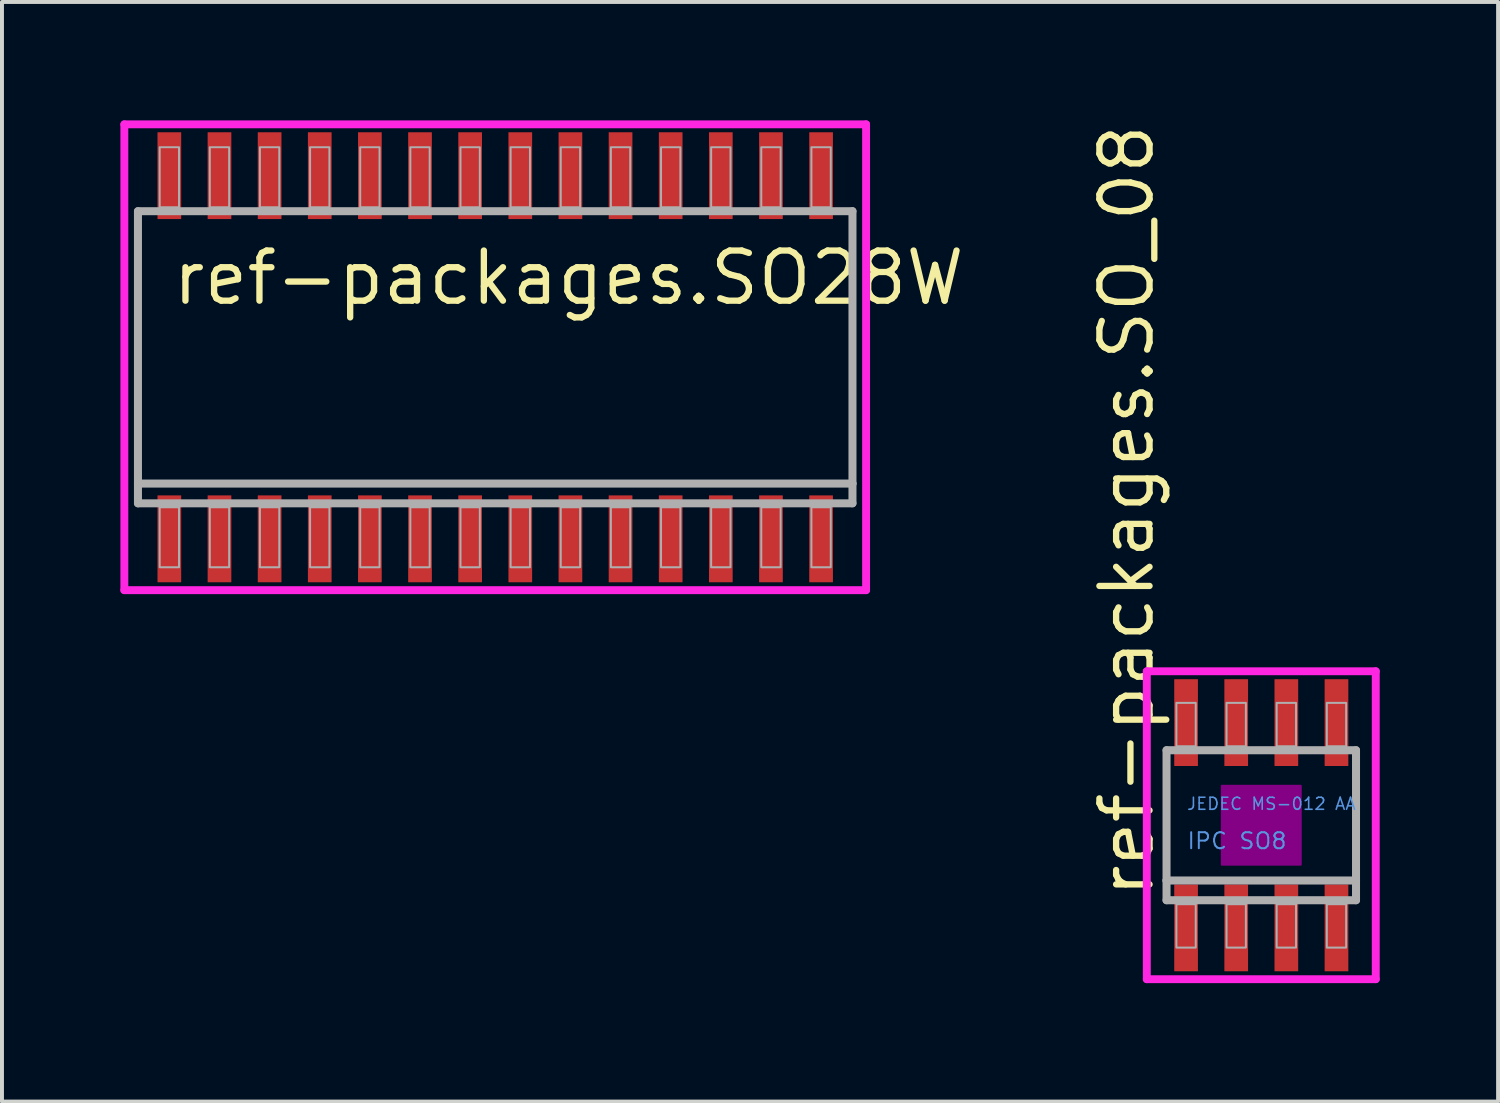
<source format=kicad_pcb>
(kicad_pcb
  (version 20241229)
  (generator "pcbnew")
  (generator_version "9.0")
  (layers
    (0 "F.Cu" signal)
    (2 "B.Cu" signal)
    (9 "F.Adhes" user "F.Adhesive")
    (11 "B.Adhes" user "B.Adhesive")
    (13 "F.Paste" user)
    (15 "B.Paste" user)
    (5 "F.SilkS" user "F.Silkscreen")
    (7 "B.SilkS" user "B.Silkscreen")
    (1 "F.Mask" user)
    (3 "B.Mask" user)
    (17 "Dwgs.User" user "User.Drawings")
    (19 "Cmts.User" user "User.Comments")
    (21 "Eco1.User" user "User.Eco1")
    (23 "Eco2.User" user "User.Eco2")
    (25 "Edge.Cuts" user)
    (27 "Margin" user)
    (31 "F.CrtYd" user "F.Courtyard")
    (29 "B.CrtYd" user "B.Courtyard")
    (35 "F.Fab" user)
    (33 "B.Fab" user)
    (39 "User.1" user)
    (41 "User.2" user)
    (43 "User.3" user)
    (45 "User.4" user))
  (footprint "ref-packages.SO28W"
    (layer "F.Cu")
    (at 9.495 6)
    (property "Reference" "ref-packages.SO28W" (at -8.255 -1.27 0) (layer "F.SilkS") (effects (font (size 1.27 1.27) (thickness 0.16)) (justify left bottom)))
    (attr smd)
    (fp_line (start -9.395 -5.9) (end 9.395 -5.9) (stroke (width 0.2) (type default)) (layer "F.CrtYd"))
    (fp_line (start -9.395 5.9) (end -9.395 -5.9) (stroke (width 0.2) (type default)) (layer "F.CrtYd"))
    (fp_line (start 9.395 -5.9) (end 9.395 5.9) (stroke (width 0.2) (type default)) (layer "F.CrtYd"))
    (fp_line (start 9.395 5.9) (end -9.395 5.9) (stroke (width 0.2) (type default)) (layer "F.CrtYd"))
    (fp_line (start -9.05 -3.7) (end 9.05 -3.7) (stroke (width 0.203) (type default)) (layer "F.Fab"))
    (fp_line (start -9.05 3.2) (end -9.05 -3.7) (stroke (width 0.203) (type default)) (layer "F.Fab"))
    (fp_line (start -9.05 3.7) (end -9.05 3.2) (stroke (width 0.203) (type default)) (layer "F.Fab"))
    (fp_line (start 9.05 -3.7) (end 9.05 3.2) (stroke (width 0.203) (type default)) (layer "F.Fab"))
    (fp_line (start 9.05 3.2) (end -9.05 3.2) (stroke (width 0.203) (type default)) (layer "F.Fab"))
    (fp_line (start 9.05 3.2) (end 9.05 3.7) (stroke (width 0.203) (type default)) (layer "F.Fab"))
    (fp_line (start 9.05 3.7) (end -9.05 3.7) (stroke (width 0.203) (type default)) (layer "F.Fab"))
    (fp_rect (start -8.5 -3.8) (end -8.01 -5.32) (stroke (width 0.05) (type default)) (fill no) (layer "F.Fab"))
    (fp_rect (start -8.5 5.32) (end -8.01 3.8) (stroke (width 0.05) (type default)) (fill no) (layer "F.Fab"))
    (fp_rect (start -7.23 -3.8) (end -6.74 -5.32) (stroke (width 0.05) (type default)) (fill no) (layer "F.Fab"))
    (fp_rect (start -7.23 5.32) (end -6.74 3.8) (stroke (width 0.05) (type default)) (fill no) (layer "F.Fab"))
    (fp_rect (start -5.96 -3.8) (end -5.47 -5.32) (stroke (width 0.05) (type default)) (fill no) (layer "F.Fab"))
    (fp_rect (start -5.96 5.32) (end -5.47 3.8) (stroke (width 0.05) (type default)) (fill no) (layer "F.Fab"))
    (fp_rect (start -4.69 -3.8) (end -4.2 -5.32) (stroke (width 0.05) (type default)) (fill no) (layer "F.Fab"))
    (fp_rect (start -4.69 5.32) (end -4.2 3.8) (stroke (width 0.05) (type default)) (fill no) (layer "F.Fab"))
    (fp_rect (start -3.42 -3.8) (end -2.93 -5.32) (stroke (width 0.05) (type default)) (fill no) (layer "F.Fab"))
    (fp_rect (start -3.42 5.32) (end -2.93 3.8) (stroke (width 0.05) (type default)) (fill no) (layer "F.Fab"))
    (fp_rect (start -2.15 -3.8) (end -1.66 -5.32) (stroke (width 0.05) (type default)) (fill no) (layer "F.Fab"))
    (fp_rect (start -2.15 5.32) (end -1.66 3.8) (stroke (width 0.05) (type default)) (fill no) (layer "F.Fab"))
    (fp_rect (start -0.88 -3.8) (end -0.39 -5.32) (stroke (width 0.05) (type default)) (fill no) (layer "F.Fab"))
    (fp_rect (start -0.88 5.32) (end -0.39 3.8) (stroke (width 0.05) (type default)) (fill no) (layer "F.Fab"))
    (fp_rect (start 0.39 -3.8) (end 0.88 -5.32) (stroke (width 0.05) (type default)) (fill no) (layer "F.Fab"))
    (fp_rect (start 0.39 5.32) (end 0.88 3.8) (stroke (width 0.05) (type default)) (fill no) (layer "F.Fab"))
    (fp_rect (start 1.66 -3.8) (end 2.15 -5.32) (stroke (width 0.05) (type default)) (fill no) (layer "F.Fab"))
    (fp_rect (start 1.66 5.32) (end 2.15 3.8) (stroke (width 0.05) (type default)) (fill no) (layer "F.Fab"))
    (fp_rect (start 2.93 -3.8) (end 3.42 -5.32) (stroke (width 0.05) (type default)) (fill no) (layer "F.Fab"))
    (fp_rect (start 2.93 5.32) (end 3.42 3.8) (stroke (width 0.05) (type default)) (fill no) (layer "F.Fab"))
    (fp_rect (start 4.2 -3.8) (end 4.69 -5.32) (stroke (width 0.05) (type default)) (fill no) (layer "F.Fab"))
    (fp_rect (start 4.2 5.32) (end 4.69 3.8) (stroke (width 0.05) (type default)) (fill no) (layer "F.Fab"))
    (fp_rect (start 5.47 -3.8) (end 5.96 -5.32) (stroke (width 0.05) (type default)) (fill no) (layer "F.Fab"))
    (fp_rect (start 5.47 5.32) (end 5.96 3.8) (stroke (width 0.05) (type default)) (fill no) (layer "F.Fab"))
    (fp_rect (start 6.74 -3.8) (end 7.23 -5.32) (stroke (width 0.05) (type default)) (fill no) (layer "F.Fab"))
    (fp_rect (start 6.74 5.32) (end 7.23 3.8) (stroke (width 0.05) (type default)) (fill no) (layer "F.Fab"))
    (fp_rect (start 8.01 -3.8) (end 8.5 -5.32) (stroke (width 0.05) (type default)) (fill no) (layer "F.Fab"))
    (fp_rect (start 8.01 5.32) (end 8.5 3.8) (stroke (width 0.05) (type default)) (fill no) (layer "F.Fab"))
    (pad "1" smd roundrect (at -8.255 4.6) (size 0.6 2.2) (layers "F.Cu" "F.Mask" "F.Paste") (roundrect_rratio 0.01))
    (pad "2" smd roundrect (at -6.985 4.6) (size 0.6 2.2) (layers "F.Cu" "F.Mask" "F.Paste") (roundrect_rratio 0.01))
    (pad "3" smd roundrect (at -5.715 4.6) (size 0.6 2.2) (layers "F.Cu" "F.Mask" "F.Paste") (roundrect_rratio 0.01))
    (pad "4" smd roundrect (at -4.445 4.6) (size 0.6 2.2) (layers "F.Cu" "F.Mask" "F.Paste") (roundrect_rratio 0.01))
    (pad "5" smd roundrect (at -3.175 4.6) (size 0.6 2.2) (layers "F.Cu" "F.Mask" "F.Paste") (roundrect_rratio 0.01))
    (pad "6" smd roundrect (at -1.905 4.6) (size 0.6 2.2) (layers "F.Cu" "F.Mask" "F.Paste") (roundrect_rratio 0.01))
    (pad "7" smd roundrect (at -0.635 4.6) (size 0.6 2.2) (layers "F.Cu" "F.Mask" "F.Paste") (roundrect_rratio 0.01))
    (pad "8" smd roundrect (at 0.635 4.6) (size 0.6 2.2) (layers "F.Cu" "F.Mask" "F.Paste") (roundrect_rratio 0.01))
    (pad "9" smd roundrect (at 1.905 4.6) (size 0.6 2.2) (layers "F.Cu" "F.Mask" "F.Paste") (roundrect_rratio 0.01))
    (pad "10" smd roundrect (at 3.175 4.6) (size 0.6 2.2) (layers "F.Cu" "F.Mask" "F.Paste") (roundrect_rratio 0.01))
    (pad "11" smd roundrect (at 4.445 4.6) (size 0.6 2.2) (layers "F.Cu" "F.Mask" "F.Paste") (roundrect_rratio 0.01))
    (pad "12" smd roundrect (at 5.715 4.6) (size 0.6 2.2) (layers "F.Cu" "F.Mask" "F.Paste") (roundrect_rratio 0.01))
    (pad "13" smd roundrect (at 6.985 4.6) (size 0.6 2.2) (layers "F.Cu" "F.Mask" "F.Paste") (roundrect_rratio 0.01))
    (pad "14" smd roundrect (at 8.255 4.6) (size 0.6 2.2) (layers "F.Cu" "F.Mask" "F.Paste") (roundrect_rratio 0.01))
    (pad "15" smd roundrect (at 8.255 -4.6) (size 0.6 2.2) (layers "F.Cu" "F.Mask" "F.Paste") (roundrect_rratio 0.01))
    (pad "16" smd roundrect (at 6.985 -4.6) (size 0.6 2.2) (layers "F.Cu" "F.Mask" "F.Paste") (roundrect_rratio 0.01))
    (pad "17" smd roundrect (at 5.715 -4.6) (size 0.6 2.2) (layers "F.Cu" "F.Mask" "F.Paste") (roundrect_rratio 0.01))
    (pad "18" smd roundrect (at 4.445 -4.6) (size 0.6 2.2) (layers "F.Cu" "F.Mask" "F.Paste") (roundrect_rratio 0.01))
    (pad "19" smd roundrect (at 3.175 -4.6) (size 0.6 2.2) (layers "F.Cu" "F.Mask" "F.Paste") (roundrect_rratio 0.01))
    (pad "20" smd roundrect (at 1.905 -4.6) (size 0.6 2.2) (layers "F.Cu" "F.Mask" "F.Paste") (roundrect_rratio 0.01))
    (pad "21" smd roundrect (at 0.635 -4.6) (size 0.6 2.2) (layers "F.Cu" "F.Mask" "F.Paste") (roundrect_rratio 0.01))
    (pad "22" smd roundrect (at -0.635 -4.6) (size 0.6 2.2) (layers "F.Cu" "F.Mask" "F.Paste") (roundrect_rratio 0.01))
    (pad "23" smd roundrect (at -1.905 -4.6) (size 0.6 2.2) (layers "F.Cu" "F.Mask" "F.Paste") (roundrect_rratio 0.01))
    (pad "24" smd roundrect (at -3.175 -4.6) (size 0.6 2.2) (layers "F.Cu" "F.Mask" "F.Paste") (roundrect_rratio 0.01))
    (pad "25" smd roundrect (at -4.445 -4.6) (size 0.6 2.2) (layers "F.Cu" "F.Mask" "F.Paste") (roundrect_rratio 0.01))
    (pad "26" smd roundrect (at -5.715 -4.6) (size 0.6 2.2) (layers "F.Cu" "F.Mask" "F.Paste") (roundrect_rratio 0.01))
    (pad "27" smd roundrect (at -6.985 -4.6) (size 0.6 2.2) (layers "F.Cu" "F.Mask" "F.Paste") (roundrect_rratio 0.01))
    (pad "28" smd roundrect (at -8.255 -4.6) (size 0.6 2.2) (layers "F.Cu" "F.Mask" "F.Paste") (roundrect_rratio 0.01)))
  (footprint "ref-packages.SO_08"
    (layer "F.Cu")
    (at 28.901 17.855)
    (property "Reference" "ref-packages.SO_08" (at -2.667 1.905 90) (layer "F.SilkS") (effects (font (size 1.27 1.27) (thickness 0.16)) (justify left bottom)))
    (attr smd)
    (fp_rect (start -1 1) (end 1 -1) (stroke (width 0.05) (type default)) (fill yes) (layer "F.Adhes"))
    (fp_line (start -2.9 -3.9) (end 2.9 -3.9) (stroke (width 0.2) (type default)) (layer "F.CrtYd"))
    (fp_line (start -2.9 3.9) (end -2.9 -3.9) (stroke (width 0.2) (type default)) (layer "F.CrtYd"))
    (fp_line (start 2.9 -3.9) (end 2.9 3.9) (stroke (width 0.2) (type default)) (layer "F.CrtYd"))
    (fp_line (start 2.9 3.9) (end -2.9 3.9) (stroke (width 0.2) (type default)) (layer "F.CrtYd"))
    (fp_line (start -2.4 -1.9) (end 2.4 -1.9) (stroke (width 0.203) (type default)) (layer "F.Fab"))
    (fp_line (start -2.4 1.4) (end -2.4 -1.9) (stroke (width 0.203) (type default)) (layer "F.Fab"))
    (fp_line (start -2.4 1.9) (end -2.4 1.4) (stroke (width 0.203) (type default)) (layer "F.Fab"))
    (fp_line (start 2.4 -1.9) (end 2.4 1.4) (stroke (width 0.203) (type default)) (layer "F.Fab"))
    (fp_line (start 2.4 1.4) (end -2.4 1.4) (stroke (width 0.203) (type default)) (layer "F.Fab"))
    (fp_line (start 2.4 1.4) (end 2.4 1.9) (stroke (width 0.203) (type default)) (layer "F.Fab"))
    (fp_line (start 2.4 1.9) (end -2.4 1.9) (stroke (width 0.203) (type default)) (layer "F.Fab"))
    (fp_rect (start -2.15 -2) (end -1.66 -3.1) (stroke (width 0.05) (type default)) (fill no) (layer "F.Fab"))
    (fp_rect (start -2.15 3.1) (end -1.66 2) (stroke (width 0.05) (type default)) (fill no) (layer "F.Fab"))
    (fp_rect (start -0.88 -2) (end -0.39 -3.1) (stroke (width 0.05) (type default)) (fill no) (layer "F.Fab"))
    (fp_rect (start -0.88 3.1) (end -0.39 2) (stroke (width 0.05) (type default)) (fill no) (layer "F.Fab"))
    (fp_rect (start 0.39 -2) (end 0.88 -3.1) (stroke (width 0.05) (type default)) (fill no) (layer "F.Fab"))
    (fp_rect (start 0.39 3.1) (end 0.88 2) (stroke (width 0.05) (type default)) (fill no) (layer "F.Fab"))
    (fp_rect (start 1.66 -2) (end 2.15 -3.1) (stroke (width 0.05) (type default)) (fill no) (layer "F.Fab"))
    (fp_rect (start 1.66 3.1) (end 2.15 2) (stroke (width 0.05) (type default)) (fill no) (layer "F.Fab"))
    (fp_text user "JEDEC MS-012 AA" (at -1.905 -0.365 0) (layer "Cmts.User") (effects (font (size 0.305 0.305) (thickness 0.04)) (justify left bottom)))
    (fp_text user "IPC SO8" (at -1.905 0.635 0) (layer "Cmts.User") (effects (font (size 0.406 0.406) (thickness 0.05)) (justify left bottom)))
    (pad "1" smd roundrect (at -1.905 2.6) (size 0.6 2.2) (layers "F.Cu" "F.Mask" "F.Paste") (roundrect_rratio 0.01))
    (pad "2" smd roundrect (at -0.635 2.6) (size 0.6 2.2) (layers "F.Cu" "F.Mask" "F.Paste") (roundrect_rratio 0.01))
    (pad "3" smd roundrect (at 0.635 2.6) (size 0.6 2.2) (layers "F.Cu" "F.Mask" "F.Paste") (roundrect_rratio 0.01))
    (pad "4" smd roundrect (at 1.905 2.6) (size 0.6 2.2) (layers "F.Cu" "F.Mask" "F.Paste") (roundrect_rratio 0.01))
    (pad "5" smd roundrect (at 1.905 -2.6) (size 0.6 2.2) (layers "F.Cu" "F.Mask" "F.Paste") (roundrect_rratio 0.01))
    (pad "6" smd roundrect (at 0.635 -2.6) (size 0.6 2.2) (layers "F.Cu" "F.Mask" "F.Paste") (roundrect_rratio 0.01))
    (pad "7" smd roundrect (at -0.635 -2.6) (size 0.6 2.2) (layers "F.Cu" "F.Mask" "F.Paste") (roundrect_rratio 0.01))
    (pad "8" smd roundrect (at -1.905 -2.6) (size 0.6 2.2) (layers "F.Cu" "F.Mask" "F.Paste") (roundrect_rratio 0.01)))
  (gr_rect
    (start -3 -3)
    (end 34.9 24.855)
    (stroke (width 0.1) (type default))
    (fill no)
    (layer "Edge.Cuts")))
</source>
